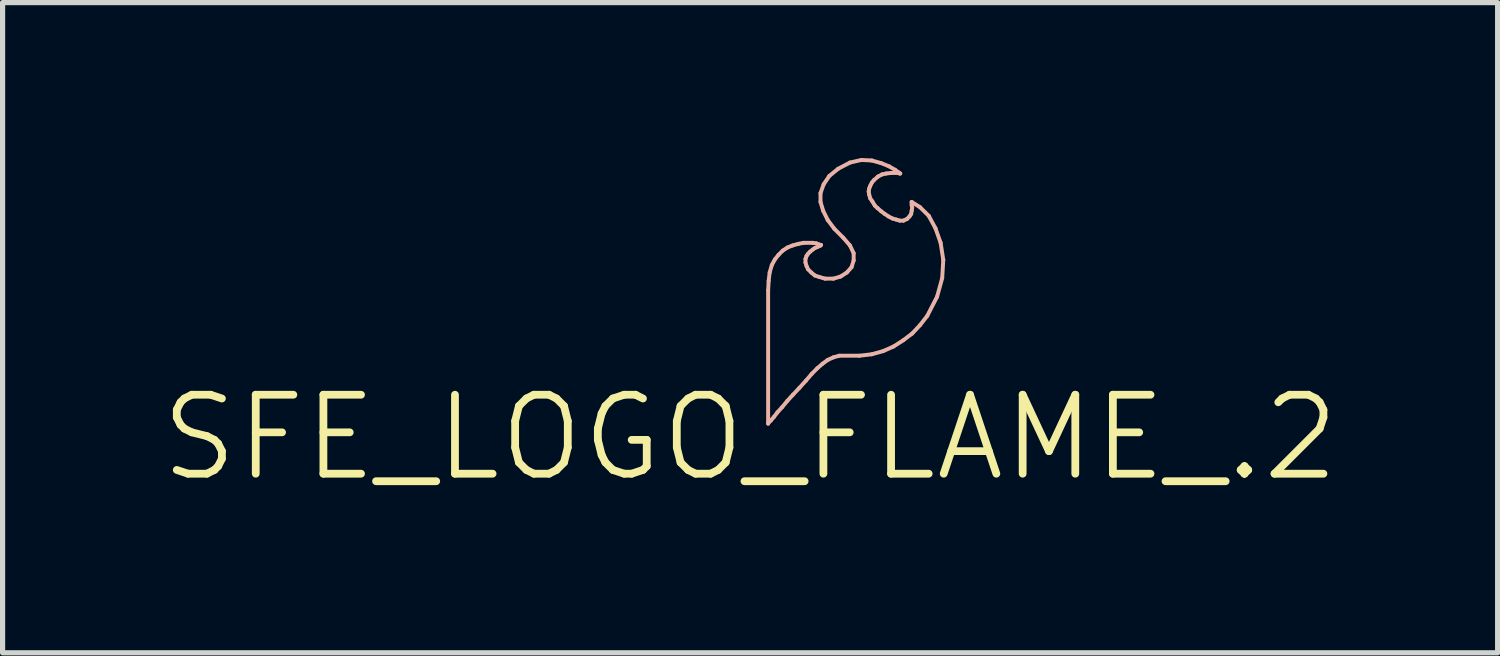
<source format=kicad_pcb>
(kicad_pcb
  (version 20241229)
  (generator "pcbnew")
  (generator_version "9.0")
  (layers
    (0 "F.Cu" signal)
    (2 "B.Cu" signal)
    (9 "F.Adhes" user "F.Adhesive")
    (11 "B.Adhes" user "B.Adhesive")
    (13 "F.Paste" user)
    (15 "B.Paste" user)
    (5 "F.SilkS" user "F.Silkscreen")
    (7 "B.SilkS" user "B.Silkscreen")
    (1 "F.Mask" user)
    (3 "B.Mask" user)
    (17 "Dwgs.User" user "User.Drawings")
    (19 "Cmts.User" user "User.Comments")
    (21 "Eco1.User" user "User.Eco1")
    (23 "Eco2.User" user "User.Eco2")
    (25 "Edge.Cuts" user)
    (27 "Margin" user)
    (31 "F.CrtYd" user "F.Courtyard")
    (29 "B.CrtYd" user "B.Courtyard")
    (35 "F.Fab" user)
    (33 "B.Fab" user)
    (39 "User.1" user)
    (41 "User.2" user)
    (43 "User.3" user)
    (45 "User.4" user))
  (footprint "SFE_LOGO_FLAME_.2"
    (layer "F.Cu")
    (at 11.43 5.397)
    (property "Reference" "SFE_LOGO_FLAME_.2" (at 0 0 0) (layer "F.SilkS") (effects (font (size 1.524 1.524) (thickness 0.15))))
    (attr exclude_from_pos_files exclude_from_bom)
    (fp_line (start 0.348 -2.84) (end 0.348 -0.269) (stroke (width 0.076) (type solid)) (layer "B.SilkS"))
    (fp_line (start 0.348 -0.269) (end 0.358 -0.29) (stroke (width 0.076) (type solid)) (layer "B.SilkS"))
    (fp_line (start 0.358 -3.028) (end 0.348 -2.84) (stroke (width 0.076) (type solid)) (layer "B.SilkS"))
    (fp_line (start 0.358 -0.29) (end 0.399 -0.328) (stroke (width 0.076) (type solid)) (layer "B.SilkS"))
    (fp_line (start 0.378 -3.188) (end 0.358 -3.028) (stroke (width 0.076) (type solid)) (layer "B.SilkS"))
    (fp_line (start 0.399 -0.328) (end 0.46 -0.399) (stroke (width 0.076) (type solid)) (layer "B.SilkS"))
    (fp_line (start 0.419 -3.33) (end 0.378 -3.188) (stroke (width 0.076) (type solid)) (layer "B.SilkS"))
    (fp_line (start 0.46 -0.399) (end 0.528 -0.488) (stroke (width 0.076) (type solid)) (layer "B.SilkS"))
    (fp_line (start 0.478 -3.439) (end 0.419 -3.33) (stroke (width 0.076) (type solid)) (layer "B.SilkS"))
    (fp_line (start 0.528 -0.488) (end 0.62 -0.589) (stroke (width 0.076) (type solid)) (layer "B.SilkS"))
    (fp_line (start 0.549 -3.528) (end 0.478 -3.439) (stroke (width 0.076) (type solid)) (layer "B.SilkS"))
    (fp_line (start 0.62 -0.589) (end 0.719 -0.709) (stroke (width 0.076) (type solid)) (layer "B.SilkS"))
    (fp_line (start 0.63 -3.609) (end 0.549 -3.528) (stroke (width 0.076) (type solid)) (layer "B.SilkS"))
    (fp_line (start 0.719 -3.668) (end 0.63 -3.609) (stroke (width 0.076) (type solid)) (layer "B.SilkS"))
    (fp_line (start 0.719 -0.709) (end 0.828 -0.828) (stroke (width 0.076) (type solid)) (layer "B.SilkS"))
    (fp_line (start 0.818 -3.708) (end 0.719 -3.668) (stroke (width 0.076) (type solid)) (layer "B.SilkS"))
    (fp_line (start 0.828 -0.828) (end 0.95 -0.958) (stroke (width 0.076) (type solid)) (layer "B.SilkS"))
    (fp_line (start 0.93 -3.739) (end 0.818 -3.708) (stroke (width 0.076) (type solid)) (layer "B.SilkS"))
    (fp_line (start 0.95 -0.958) (end 1.079 -1.1) (stroke (width 0.076) (type solid)) (layer "B.SilkS"))
    (fp_line (start 1.029 -3.759) (end 0.93 -3.739) (stroke (width 0.076) (type solid)) (layer "B.SilkS"))
    (fp_line (start 1.069 -3.449) (end 1.09 -3.508) (stroke (width 0.076) (type solid)) (layer "B.SilkS"))
    (fp_line (start 1.069 -3.378) (end 1.069 -3.449) (stroke (width 0.076) (type solid)) (layer "B.SilkS"))
    (fp_line (start 1.079 -1.1) (end 1.189 -1.229) (stroke (width 0.076) (type solid)) (layer "B.SilkS"))
    (fp_line (start 1.09 -3.508) (end 1.118 -3.548) (stroke (width 0.076) (type solid)) (layer "B.SilkS"))
    (fp_line (start 1.09 -3.31) (end 1.069 -3.378) (stroke (width 0.076) (type solid)) (layer "B.SilkS"))
    (fp_line (start 1.118 -3.548) (end 1.158 -3.589) (stroke (width 0.076) (type solid)) (layer "B.SilkS"))
    (fp_line (start 1.118 -3.249) (end 1.09 -3.31) (stroke (width 0.076) (type solid)) (layer "B.SilkS"))
    (fp_line (start 1.158 -3.589) (end 1.209 -3.63) (stroke (width 0.076) (type solid)) (layer "B.SilkS"))
    (fp_line (start 1.179 -3.188) (end 1.118 -3.249) (stroke (width 0.076) (type solid)) (layer "B.SilkS"))
    (fp_line (start 1.189 -1.229) (end 1.298 -1.339) (stroke (width 0.076) (type solid)) (layer "B.SilkS"))
    (fp_line (start 1.209 -3.759) (end 1.029 -3.759) (stroke (width 0.076) (type solid)) (layer "B.SilkS"))
    (fp_line (start 1.209 -3.63) (end 1.25 -3.658) (stroke (width 0.076) (type solid)) (layer "B.SilkS"))
    (fp_line (start 1.25 -3.658) (end 1.298 -3.678) (stroke (width 0.076) (type solid)) (layer "B.SilkS"))
    (fp_line (start 1.25 -3.129) (end 1.179 -3.188) (stroke (width 0.076) (type solid)) (layer "B.SilkS"))
    (fp_line (start 1.278 -3.749) (end 1.209 -3.759) (stroke (width 0.076) (type solid)) (layer "B.SilkS"))
    (fp_line (start 1.298 -3.678) (end 1.339 -3.698) (stroke (width 0.076) (type solid)) (layer "B.SilkS"))
    (fp_line (start 1.298 -1.339) (end 1.4 -1.427) (stroke (width 0.076) (type solid)) (layer "B.SilkS"))
    (fp_line (start 1.328 -3.729) (end 1.278 -3.749) (stroke (width 0.076) (type solid)) (layer "B.SilkS"))
    (fp_line (start 1.339 -3.698) (end 1.359 -3.708) (stroke (width 0.076) (type solid)) (layer "B.SilkS"))
    (fp_line (start 1.339 -3.099) (end 1.25 -3.129) (stroke (width 0.076) (type solid)) (layer "B.SilkS"))
    (fp_line (start 1.359 -4.719) (end 1.359 -4.549) (stroke (width 0.076) (type solid)) (layer "B.SilkS"))
    (fp_line (start 1.359 -4.549) (end 1.41 -4.379) (stroke (width 0.076) (type solid)) (layer "B.SilkS"))
    (fp_line (start 1.359 -3.719) (end 1.328 -3.729) (stroke (width 0.076) (type solid)) (layer "B.SilkS"))
    (fp_line (start 1.359 -3.708) (end 1.369 -3.719) (stroke (width 0.076) (type solid)) (layer "B.SilkS"))
    (fp_line (start 1.369 -3.719) (end 1.359 -3.719) (stroke (width 0.076) (type solid)) (layer "B.SilkS"))
    (fp_line (start 1.4 -1.427) (end 1.499 -1.499) (stroke (width 0.076) (type solid)) (layer "B.SilkS"))
    (fp_line (start 1.41 -4.379) (end 1.499 -4.199) (stroke (width 0.076) (type solid)) (layer "B.SilkS"))
    (fp_line (start 1.42 -4.889) (end 1.359 -4.719) (stroke (width 0.076) (type solid)) (layer "B.SilkS"))
    (fp_line (start 1.448 -3.068) (end 1.339 -3.099) (stroke (width 0.076) (type solid)) (layer "B.SilkS"))
    (fp_line (start 1.499 -4.199) (end 1.628 -4.028) (stroke (width 0.076) (type solid)) (layer "B.SilkS"))
    (fp_line (start 1.499 -1.499) (end 1.608 -1.549) (stroke (width 0.076) (type solid)) (layer "B.SilkS"))
    (fp_line (start 1.529 -5.05) (end 1.42 -4.889) (stroke (width 0.076) (type solid)) (layer "B.SilkS"))
    (fp_line (start 1.608 -3.068) (end 1.448 -3.068) (stroke (width 0.076) (type solid)) (layer "B.SilkS"))
    (fp_line (start 1.608 -1.549) (end 1.72 -1.58) (stroke (width 0.076) (type solid)) (layer "B.SilkS"))
    (fp_line (start 1.628 -4.028) (end 1.798 -3.858) (stroke (width 0.076) (type solid)) (layer "B.SilkS"))
    (fp_line (start 1.699 -5.189) (end 1.529 -5.05) (stroke (width 0.076) (type solid)) (layer "B.SilkS"))
    (fp_line (start 1.72 -1.58) (end 2.108 -1.58) (stroke (width 0.076) (type solid)) (layer "B.SilkS"))
    (fp_line (start 1.748 -3.109) (end 1.608 -3.068) (stroke (width 0.076) (type solid)) (layer "B.SilkS"))
    (fp_line (start 1.798 -3.858) (end 1.928 -3.708) (stroke (width 0.076) (type solid)) (layer "B.SilkS"))
    (fp_line (start 1.869 -3.188) (end 1.748 -3.109) (stroke (width 0.076) (type solid)) (layer "B.SilkS"))
    (fp_line (start 1.928 -5.309) (end 1.699 -5.189) (stroke (width 0.076) (type solid)) (layer "B.SilkS"))
    (fp_line (start 1.928 -3.708) (end 1.999 -3.559) (stroke (width 0.076) (type solid)) (layer "B.SilkS"))
    (fp_line (start 1.958 -3.289) (end 1.869 -3.188) (stroke (width 0.076) (type solid)) (layer "B.SilkS"))
    (fp_line (start 1.999 -3.559) (end 1.999 -3.419) (stroke (width 0.076) (type solid)) (layer "B.SilkS"))
    (fp_line (start 1.999 -3.419) (end 1.958 -3.289) (stroke (width 0.076) (type solid)) (layer "B.SilkS"))
    (fp_line (start 2.108 -1.58) (end 2.349 -1.608) (stroke (width 0.076) (type solid)) (layer "B.SilkS"))
    (fp_line (start 2.149 -5.359) (end 1.928 -5.309) (stroke (width 0.076) (type solid)) (layer "B.SilkS"))
    (fp_line (start 2.289 -4.75) (end 2.299 -4.808) (stroke (width 0.076) (type solid)) (layer "B.SilkS"))
    (fp_line (start 2.299 -4.808) (end 2.319 -4.859) (stroke (width 0.076) (type solid)) (layer "B.SilkS"))
    (fp_line (start 2.299 -4.689) (end 2.289 -4.75) (stroke (width 0.076) (type solid)) (layer "B.SilkS"))
    (fp_line (start 2.319 -4.859) (end 2.349 -4.92) (stroke (width 0.076) (type solid)) (layer "B.SilkS"))
    (fp_line (start 2.319 -4.618) (end 2.299 -4.689) (stroke (width 0.076) (type solid)) (layer "B.SilkS"))
    (fp_line (start 2.349 -5.349) (end 2.149 -5.359) (stroke (width 0.076) (type solid)) (layer "B.SilkS"))
    (fp_line (start 2.349 -4.92) (end 2.388 -4.968) (stroke (width 0.076) (type solid)) (layer "B.SilkS"))
    (fp_line (start 2.349 -1.608) (end 2.568 -1.669) (stroke (width 0.076) (type solid)) (layer "B.SilkS"))
    (fp_line (start 2.36 -4.559) (end 2.319 -4.618) (stroke (width 0.076) (type solid)) (layer "B.SilkS"))
    (fp_line (start 2.388 -4.968) (end 2.469 -5.039) (stroke (width 0.076) (type solid)) (layer "B.SilkS"))
    (fp_line (start 2.408 -4.478) (end 2.36 -4.559) (stroke (width 0.076) (type solid)) (layer "B.SilkS"))
    (fp_line (start 2.459 -4.43) (end 2.408 -4.478) (stroke (width 0.076) (type solid)) (layer "B.SilkS"))
    (fp_line (start 2.469 -5.039) (end 2.548 -5.08) (stroke (width 0.076) (type solid)) (layer "B.SilkS"))
    (fp_line (start 2.53 -5.298) (end 2.349 -5.349) (stroke (width 0.076) (type solid)) (layer "B.SilkS"))
    (fp_line (start 2.53 -4.369) (end 2.459 -4.43) (stroke (width 0.076) (type solid)) (layer "B.SilkS"))
    (fp_line (start 2.548 -5.08) (end 2.629 -5.098) (stroke (width 0.076) (type solid)) (layer "B.SilkS"))
    (fp_line (start 2.568 -1.669) (end 2.769 -1.758) (stroke (width 0.076) (type solid)) (layer "B.SilkS"))
    (fp_line (start 2.598 -4.318) (end 2.53 -4.369) (stroke (width 0.076) (type solid)) (layer "B.SilkS"))
    (fp_line (start 2.629 -5.098) (end 2.718 -5.108) (stroke (width 0.076) (type solid)) (layer "B.SilkS"))
    (fp_line (start 2.67 -4.27) (end 2.598 -4.318) (stroke (width 0.076) (type solid)) (layer "B.SilkS"))
    (fp_line (start 2.68 -5.237) (end 2.53 -5.298) (stroke (width 0.076) (type solid)) (layer "B.SilkS"))
    (fp_line (start 2.718 -5.108) (end 2.85 -5.108) (stroke (width 0.076) (type solid)) (layer "B.SilkS"))
    (fp_line (start 2.748 -4.229) (end 2.67 -4.27) (stroke (width 0.076) (type solid)) (layer "B.SilkS"))
    (fp_line (start 2.769 -1.758) (end 2.959 -1.88) (stroke (width 0.076) (type solid)) (layer "B.SilkS"))
    (fp_line (start 2.799 -5.169) (end 2.68 -5.237) (stroke (width 0.076) (type solid)) (layer "B.SilkS"))
    (fp_line (start 2.819 -4.209) (end 2.748 -4.229) (stroke (width 0.076) (type solid)) (layer "B.SilkS"))
    (fp_line (start 2.85 -5.108) (end 2.888 -5.098) (stroke (width 0.076) (type solid)) (layer "B.SilkS"))
    (fp_line (start 2.868 -5.118) (end 2.799 -5.169) (stroke (width 0.076) (type solid)) (layer "B.SilkS"))
    (fp_line (start 2.888 -5.098) (end 2.898 -5.098) (stroke (width 0.076) (type solid)) (layer "B.SilkS"))
    (fp_line (start 2.888 -4.188) (end 2.819 -4.209) (stroke (width 0.076) (type solid)) (layer "B.SilkS"))
    (fp_line (start 2.898 -5.098) (end 2.868 -5.118) (stroke (width 0.076) (type solid)) (layer "B.SilkS"))
    (fp_line (start 2.959 -4.188) (end 2.888 -4.188) (stroke (width 0.076) (type solid)) (layer "B.SilkS"))
    (fp_line (start 2.959 -1.88) (end 3.129 -2.009) (stroke (width 0.076) (type solid)) (layer "B.SilkS"))
    (fp_line (start 3.028 -4.219) (end 2.959 -4.188) (stroke (width 0.076) (type solid)) (layer "B.SilkS"))
    (fp_line (start 3.078 -4.27) (end 3.028 -4.219) (stroke (width 0.076) (type solid)) (layer "B.SilkS"))
    (fp_line (start 3.109 -4.318) (end 3.078 -4.27) (stroke (width 0.076) (type solid)) (layer "B.SilkS"))
    (fp_line (start 3.119 -4.549) (end 3.119 -4.539) (stroke (width 0.076) (type solid)) (layer "B.SilkS"))
    (fp_line (start 3.119 -4.539) (end 3.119 -4.488) (stroke (width 0.076) (type solid)) (layer "B.SilkS"))
    (fp_line (start 3.119 -4.488) (end 3.129 -4.44) (stroke (width 0.076) (type solid)) (layer "B.SilkS"))
    (fp_line (start 3.119 -4.379) (end 3.109 -4.318) (stroke (width 0.076) (type solid)) (layer "B.SilkS"))
    (fp_line (start 3.129 -4.44) (end 3.119 -4.379) (stroke (width 0.076) (type solid)) (layer "B.SilkS"))
    (fp_line (start 3.129 -2.009) (end 3.279 -2.169) (stroke (width 0.076) (type solid)) (layer "B.SilkS"))
    (fp_line (start 3.279 -4.448) (end 3.119 -4.549) (stroke (width 0.076) (type solid)) (layer "B.SilkS"))
    (fp_line (start 3.279 -2.169) (end 3.419 -2.349) (stroke (width 0.076) (type solid)) (layer "B.SilkS"))
    (fp_line (start 3.419 -2.349) (end 3.609 -2.718) (stroke (width 0.076) (type solid)) (layer "B.SilkS"))
    (fp_line (start 3.449 -4.28) (end 3.279 -4.448) (stroke (width 0.076) (type solid)) (layer "B.SilkS"))
    (fp_line (start 3.579 -4.039) (end 3.449 -4.28) (stroke (width 0.076) (type solid)) (layer "B.SilkS"))
    (fp_line (start 3.609 -2.718) (end 3.708 -3.078) (stroke (width 0.076) (type solid)) (layer "B.SilkS"))
    (fp_line (start 3.678 -3.759) (end 3.579 -4.039) (stroke (width 0.076) (type solid)) (layer "B.SilkS"))
    (fp_line (start 3.708 -3.078) (end 3.729 -3.429) (stroke (width 0.076) (type solid)) (layer "B.SilkS"))
    (fp_line (start 3.729 -3.429) (end 3.678 -3.759) (stroke (width 0.076) (type solid)) (layer "B.SilkS")))
  (gr_rect
    (start -3 -3)
    (end 25.86 9.552)
    (stroke (width 0.1) (type default))
    (fill no)
    (layer "Edge.Cuts")))
</source>
